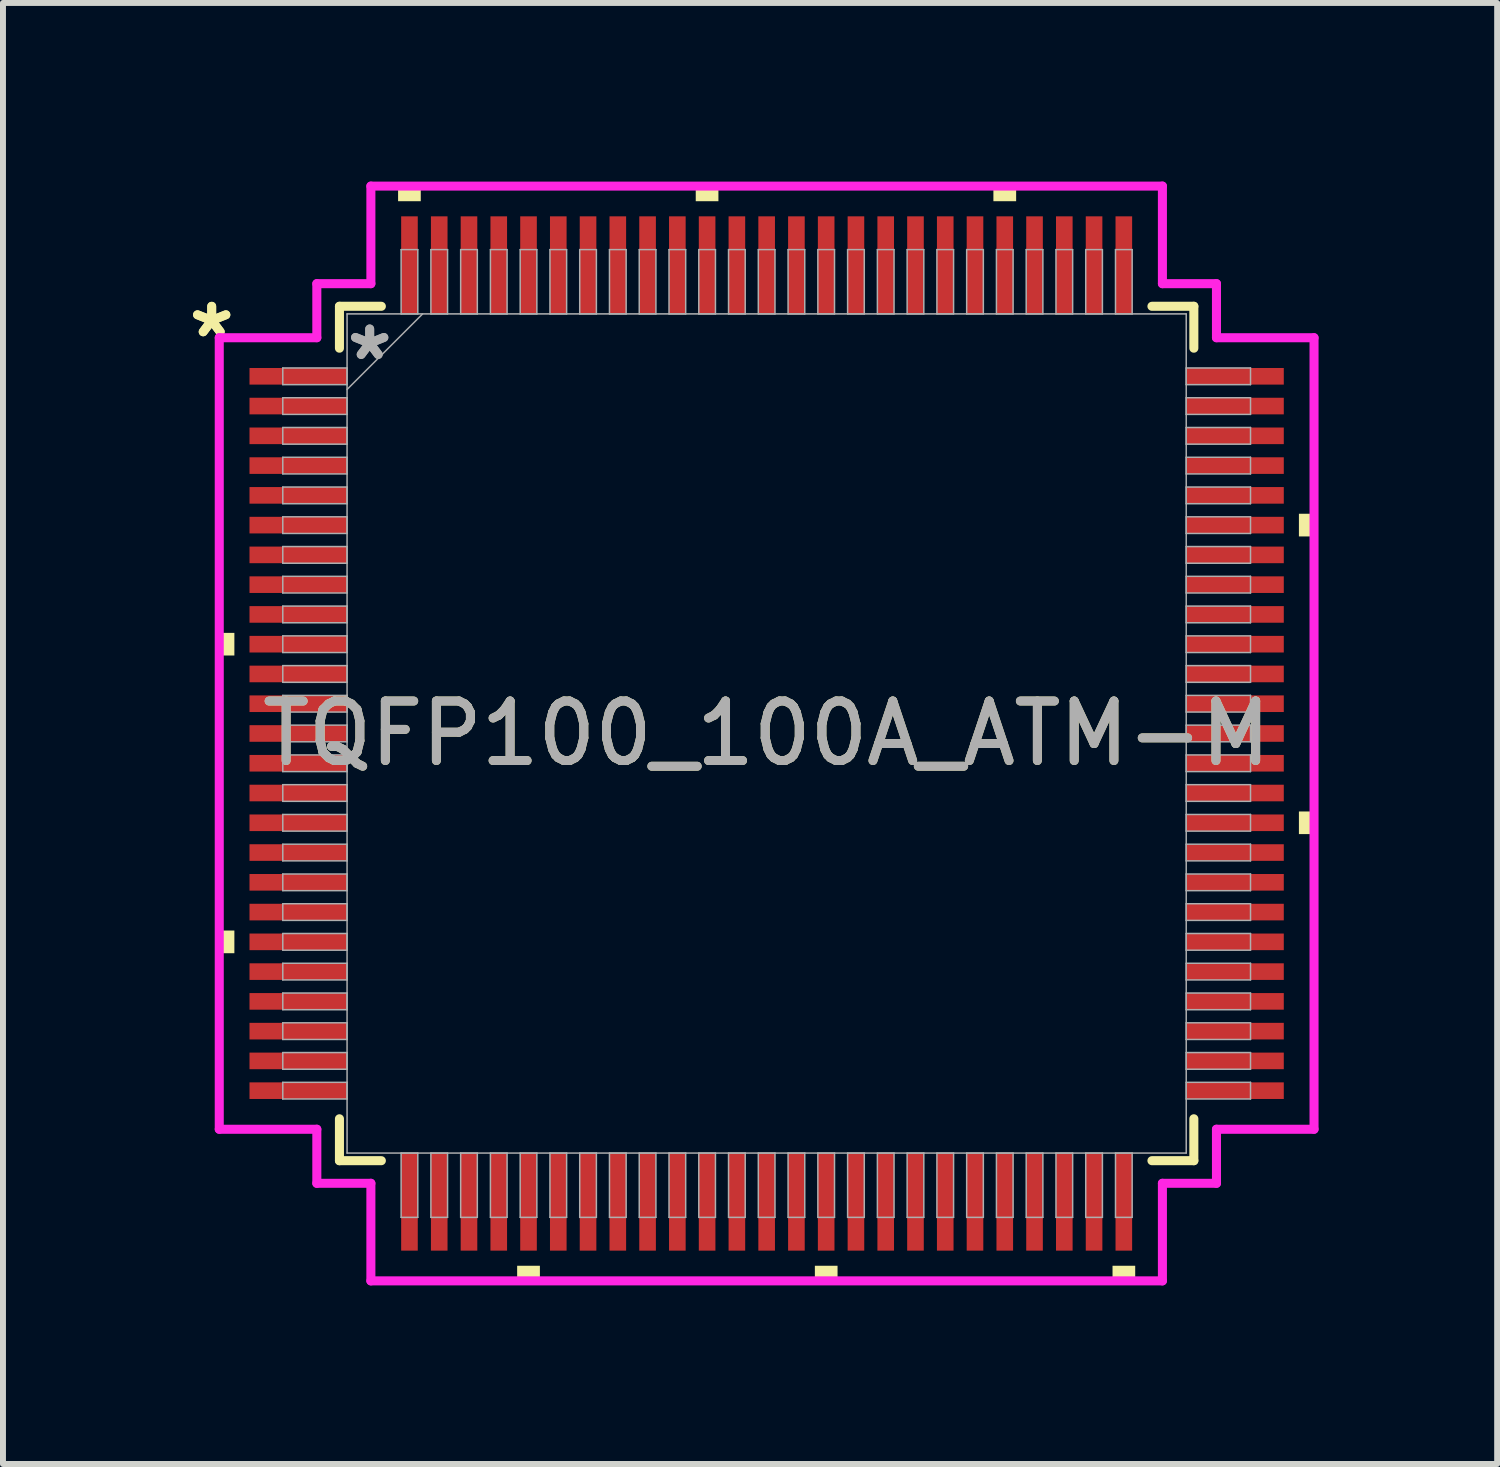
<source format=kicad_pcb>
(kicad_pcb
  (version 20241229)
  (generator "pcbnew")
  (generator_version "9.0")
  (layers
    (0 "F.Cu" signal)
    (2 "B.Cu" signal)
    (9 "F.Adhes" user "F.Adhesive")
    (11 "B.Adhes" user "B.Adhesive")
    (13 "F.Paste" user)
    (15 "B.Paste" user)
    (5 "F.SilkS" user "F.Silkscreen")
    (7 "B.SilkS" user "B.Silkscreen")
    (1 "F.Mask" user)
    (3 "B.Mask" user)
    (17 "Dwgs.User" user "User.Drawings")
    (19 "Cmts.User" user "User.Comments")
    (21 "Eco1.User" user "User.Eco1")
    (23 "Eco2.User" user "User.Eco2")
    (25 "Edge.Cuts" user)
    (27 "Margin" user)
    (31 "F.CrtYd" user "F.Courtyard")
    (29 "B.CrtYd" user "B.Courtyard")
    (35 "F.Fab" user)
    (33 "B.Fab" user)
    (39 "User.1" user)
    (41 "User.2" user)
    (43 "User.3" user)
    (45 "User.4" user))
  (footprint "TQFP100_100A_ATM-M"
    (layer "F.Cu")
    (at 9.828 9.271)
    (property "Reference" "TQFP100_100A_ATM-M" (at 0 0 0) (unlocked yes) (layer "F.SilkS") (effects (font (size 1 1) (thickness 0.15))))
    (attr smd)
    (fp_line (start -7.176 -7.176) (end -7.176 -6.472) (stroke (width 0.152) (type solid)) (layer "F.SilkS"))
    (fp_line (start -7.176 6.472) (end -7.176 7.176) (stroke (width 0.152) (type solid)) (layer "F.SilkS"))
    (fp_line (start -7.176 7.176) (end -6.472 7.176) (stroke (width 0.152) (type solid)) (layer "F.SilkS"))
    (fp_line (start -6.472 -7.176) (end -7.176 -7.176) (stroke (width 0.152) (type solid)) (layer "F.SilkS"))
    (fp_line (start 6.472 7.176) (end 7.176 7.176) (stroke (width 0.152) (type solid)) (layer "F.SilkS"))
    (fp_line (start 7.176 -7.176) (end 6.472 -7.176) (stroke (width 0.152) (type solid)) (layer "F.SilkS"))
    (fp_line (start 7.176 -6.472) (end 7.176 -7.176) (stroke (width 0.152) (type solid)) (layer "F.SilkS"))
    (fp_line (start 7.176 7.176) (end 7.176 6.472) (stroke (width 0.152) (type solid)) (layer "F.SilkS"))
    (fp_poly (pts (xy -9.195 -1.69) (xy -9.195 -1.31) (xy -8.941 -1.31) (xy -8.941 -1.69)) (stroke (width 0) (type solid)) (fill yes) (layer "F.SilkS"))
    (fp_poly (pts (xy -9.195 3.31) (xy -9.195 3.691) (xy -8.941 3.691) (xy -8.941 3.31)) (stroke (width 0) (type solid)) (fill yes) (layer "F.SilkS"))
    (fp_poly (pts (xy -6.191 -8.941) (xy -6.191 -9.195) (xy -5.81 -9.195) (xy -5.81 -8.941)) (stroke (width 0) (type solid)) (fill yes) (layer "F.SilkS"))
    (fp_poly (pts (xy -4.191 8.941) (xy -4.191 9.195) (xy -3.809 9.195) (xy -3.809 8.941)) (stroke (width 0) (type solid)) (fill yes) (layer "F.SilkS"))
    (fp_poly (pts (xy -1.191 -8.941) (xy -1.191 -9.195) (xy -0.81 -9.195) (xy -0.81 -8.941)) (stroke (width 0) (type solid)) (fill yes) (layer "F.SilkS"))
    (fp_poly (pts (xy 0.81 8.941) (xy 0.81 9.195) (xy 1.191 9.195) (xy 1.191 8.941)) (stroke (width 0) (type solid)) (fill yes) (layer "F.SilkS"))
    (fp_poly (pts (xy 3.809 -8.941) (xy 3.809 -9.195) (xy 4.191 -9.195) (xy 4.191 -8.941)) (stroke (width 0) (type solid)) (fill yes) (layer "F.SilkS"))
    (fp_poly (pts (xy 5.81 8.941) (xy 5.81 9.195) (xy 6.191 9.195) (xy 6.191 8.941)) (stroke (width 0) (type solid)) (fill yes) (layer "F.SilkS"))
    (fp_poly (pts (xy 9.195 -3.691) (xy 9.195 -3.31) (xy 8.941 -3.31) (xy 8.941 -3.691)) (stroke (width 0) (type solid)) (fill yes) (layer "F.SilkS"))
    (fp_poly (pts (xy 9.195 1.31) (xy 9.195 1.69) (xy 8.941 1.69) (xy 8.941 1.31)) (stroke (width 0) (type solid)) (fill yes) (layer "F.SilkS"))
    (fp_line (start -9.195 -6.648) (end -7.556 -6.648) (stroke (width 0.152) (type solid)) (layer "F.CrtYd"))
    (fp_line (start -9.195 6.648) (end -9.195 -6.648) (stroke (width 0.152) (type solid)) (layer "F.CrtYd"))
    (fp_line (start -7.556 -7.556) (end -6.648 -7.556) (stroke (width 0.152) (type solid)) (layer "F.CrtYd"))
    (fp_line (start -7.556 -6.648) (end -7.556 -7.556) (stroke (width 0.152) (type solid)) (layer "F.CrtYd"))
    (fp_line (start -7.556 6.648) (end -9.195 6.648) (stroke (width 0.152) (type solid)) (layer "F.CrtYd"))
    (fp_line (start -7.556 7.556) (end -7.556 6.648) (stroke (width 0.152) (type solid)) (layer "F.CrtYd"))
    (fp_line (start -7.556 7.556) (end -6.648 7.556) (stroke (width 0.152) (type solid)) (layer "F.CrtYd"))
    (fp_line (start -6.648 -9.195) (end 6.648 -9.195) (stroke (width 0.152) (type solid)) (layer "F.CrtYd"))
    (fp_line (start -6.648 -7.556) (end -6.648 -9.195) (stroke (width 0.152) (type solid)) (layer "F.CrtYd"))
    (fp_line (start -6.648 7.556) (end -6.648 9.195) (stroke (width 0.152) (type solid)) (layer "F.CrtYd"))
    (fp_line (start -6.648 9.195) (end 6.648 9.195) (stroke (width 0.152) (type solid)) (layer "F.CrtYd"))
    (fp_line (start 6.648 -9.195) (end 6.648 -7.556) (stroke (width 0.152) (type solid)) (layer "F.CrtYd"))
    (fp_line (start 6.648 -7.556) (end 7.556 -7.556) (stroke (width 0.152) (type solid)) (layer "F.CrtYd"))
    (fp_line (start 6.648 7.556) (end 7.556 7.556) (stroke (width 0.152) (type solid)) (layer "F.CrtYd"))
    (fp_line (start 6.648 9.195) (end 6.648 7.556) (stroke (width 0.152) (type solid)) (layer "F.CrtYd"))
    (fp_line (start 7.556 -6.648) (end 7.556 -7.556) (stroke (width 0.152) (type solid)) (layer "F.CrtYd"))
    (fp_line (start 7.556 6.648) (end 9.195 6.648) (stroke (width 0.152) (type solid)) (layer "F.CrtYd"))
    (fp_line (start 7.556 7.556) (end 7.556 6.648) (stroke (width 0.152) (type solid)) (layer "F.CrtYd"))
    (fp_line (start 9.195 -6.648) (end 7.556 -6.648) (stroke (width 0.152) (type solid)) (layer "F.CrtYd"))
    (fp_line (start 9.195 6.648) (end 9.195 -6.648) (stroke (width 0.152) (type solid)) (layer "F.CrtYd"))
    (fp_line (start -8.128 -6.14) (end -8.128 -5.86) (stroke (width 0.025) (type solid)) (layer "F.Fab"))
    (fp_line (start -8.128 -5.86) (end -7.048 -5.86) (stroke (width 0.025) (type solid)) (layer "F.Fab"))
    (fp_line (start -8.128 -5.64) (end -8.128 -5.36) (stroke (width 0.025) (type solid)) (layer "F.Fab"))
    (fp_line (start -8.128 -5.36) (end -7.048 -5.36) (stroke (width 0.025) (type solid)) (layer "F.Fab"))
    (fp_line (start -8.128 -5.14) (end -8.128 -4.86) (stroke (width 0.025) (type solid)) (layer "F.Fab"))
    (fp_line (start -8.128 -4.86) (end -7.048 -4.86) (stroke (width 0.025) (type solid)) (layer "F.Fab"))
    (fp_line (start -8.128 -4.64) (end -8.128 -4.36) (stroke (width 0.025) (type solid)) (layer "F.Fab"))
    (fp_line (start -8.128 -4.36) (end -7.048 -4.36) (stroke (width 0.025) (type solid)) (layer "F.Fab"))
    (fp_line (start -8.128 -4.14) (end -8.128 -3.86) (stroke (width 0.025) (type solid)) (layer "F.Fab"))
    (fp_line (start -8.128 -3.86) (end -7.048 -3.86) (stroke (width 0.025) (type solid)) (layer "F.Fab"))
    (fp_line (start -8.128 -3.64) (end -8.128 -3.36) (stroke (width 0.025) (type solid)) (layer "F.Fab"))
    (fp_line (start -8.128 -3.36) (end -7.048 -3.36) (stroke (width 0.025) (type solid)) (layer "F.Fab"))
    (fp_line (start -8.128 -3.14) (end -8.128 -2.86) (stroke (width 0.025) (type solid)) (layer "F.Fab"))
    (fp_line (start -8.128 -2.86) (end -7.048 -2.86) (stroke (width 0.025) (type solid)) (layer "F.Fab"))
    (fp_line (start -8.128 -2.64) (end -8.128 -2.36) (stroke (width 0.025) (type solid)) (layer "F.Fab"))
    (fp_line (start -8.128 -2.36) (end -7.048 -2.36) (stroke (width 0.025) (type solid)) (layer "F.Fab"))
    (fp_line (start -8.128 -2.14) (end -8.128 -1.86) (stroke (width 0.025) (type solid)) (layer "F.Fab"))
    (fp_line (start -8.128 -1.86) (end -7.048 -1.86) (stroke (width 0.025) (type solid)) (layer "F.Fab"))
    (fp_line (start -8.128 -1.64) (end -8.128 -1.36) (stroke (width 0.025) (type solid)) (layer "F.Fab"))
    (fp_line (start -8.128 -1.36) (end -7.048 -1.36) (stroke (width 0.025) (type solid)) (layer "F.Fab"))
    (fp_line (start -8.128 -1.14) (end -8.128 -0.86) (stroke (width 0.025) (type solid)) (layer "F.Fab"))
    (fp_line (start -8.128 -0.86) (end -7.048 -0.86) (stroke (width 0.025) (type solid)) (layer "F.Fab"))
    (fp_line (start -8.128 -0.64) (end -8.128 -0.36) (stroke (width 0.025) (type solid)) (layer "F.Fab"))
    (fp_line (start -8.128 -0.36) (end -7.048 -0.36) (stroke (width 0.025) (type solid)) (layer "F.Fab"))
    (fp_line (start -8.128 -0.14) (end -8.128 0.14) (stroke (width 0.025) (type solid)) (layer "F.Fab"))
    (fp_line (start -8.128 0.14) (end -7.048 0.14) (stroke (width 0.025) (type solid)) (layer "F.Fab"))
    (fp_line (start -8.128 0.36) (end -8.128 0.64) (stroke (width 0.025) (type solid)) (layer "F.Fab"))
    (fp_line (start -8.128 0.64) (end -7.048 0.64) (stroke (width 0.025) (type solid)) (layer "F.Fab"))
    (fp_line (start -8.128 0.86) (end -8.128 1.14) (stroke (width 0.025) (type solid)) (layer "F.Fab"))
    (fp_line (start -8.128 1.14) (end -7.048 1.14) (stroke (width 0.025) (type solid)) (layer "F.Fab"))
    (fp_line (start -8.128 1.36) (end -8.128 1.64) (stroke (width 0.025) (type solid)) (layer "F.Fab"))
    (fp_line (start -8.128 1.64) (end -7.048 1.64) (stroke (width 0.025) (type solid)) (layer "F.Fab"))
    (fp_line (start -8.128 1.86) (end -8.128 2.14) (stroke (width 0.025) (type solid)) (layer "F.Fab"))
    (fp_line (start -8.128 2.14) (end -7.048 2.14) (stroke (width 0.025) (type solid)) (layer "F.Fab"))
    (fp_line (start -8.128 2.36) (end -8.128 2.64) (stroke (width 0.025) (type solid)) (layer "F.Fab"))
    (fp_line (start -8.128 2.64) (end -7.048 2.64) (stroke (width 0.025) (type solid)) (layer "F.Fab"))
    (fp_line (start -8.128 2.86) (end -8.128 3.14) (stroke (width 0.025) (type solid)) (layer "F.Fab"))
    (fp_line (start -8.128 3.14) (end -7.048 3.14) (stroke (width 0.025) (type solid)) (layer "F.Fab"))
    (fp_line (start -8.128 3.36) (end -8.128 3.64) (stroke (width 0.025) (type solid)) (layer "F.Fab"))
    (fp_line (start -8.128 3.64) (end -7.048 3.64) (stroke (width 0.025) (type solid)) (layer "F.Fab"))
    (fp_line (start -8.128 3.86) (end -8.128 4.14) (stroke (width 0.025) (type solid)) (layer "F.Fab"))
    (fp_line (start -8.128 4.14) (end -7.048 4.14) (stroke (width 0.025) (type solid)) (layer "F.Fab"))
    (fp_line (start -8.128 4.36) (end -8.128 4.64) (stroke (width 0.025) (type solid)) (layer "F.Fab"))
    (fp_line (start -8.128 4.64) (end -7.048 4.64) (stroke (width 0.025) (type solid)) (layer "F.Fab"))
    (fp_line (start -8.128 4.86) (end -8.128 5.14) (stroke (width 0.025) (type solid)) (layer "F.Fab"))
    (fp_line (start -8.128 5.14) (end -7.048 5.14) (stroke (width 0.025) (type solid)) (layer "F.Fab"))
    (fp_line (start -8.128 5.36) (end -8.128 5.64) (stroke (width 0.025) (type solid)) (layer "F.Fab"))
    (fp_line (start -8.128 5.64) (end -7.048 5.64) (stroke (width 0.025) (type solid)) (layer "F.Fab"))
    (fp_line (start -8.128 5.86) (end -8.128 6.14) (stroke (width 0.025) (type solid)) (layer "F.Fab"))
    (fp_line (start -8.128 6.14) (end -7.048 6.14) (stroke (width 0.025) (type solid)) (layer "F.Fab"))
    (fp_line (start -7.048 -7.048) (end -7.048 7.048) (stroke (width 0.025) (type solid)) (layer "F.Fab"))
    (fp_line (start -7.048 -6.14) (end -8.128 -6.14) (stroke (width 0.025) (type solid)) (layer "F.Fab"))
    (fp_line (start -7.048 -5.86) (end -7.048 -6.14) (stroke (width 0.025) (type solid)) (layer "F.Fab"))
    (fp_line (start -7.048 -5.779) (end -5.779 -7.048) (stroke (width 0.025) (type solid)) (layer "F.Fab"))
    (fp_line (start -7.048 -5.64) (end -8.128 -5.64) (stroke (width 0.025) (type solid)) (layer "F.Fab"))
    (fp_line (start -7.048 -5.36) (end -7.048 -5.64) (stroke (width 0.025) (type solid)) (layer "F.Fab"))
    (fp_line (start -7.048 -5.14) (end -8.128 -5.14) (stroke (width 0.025) (type solid)) (layer "F.Fab"))
    (fp_line (start -7.048 -4.86) (end -7.048 -5.14) (stroke (width 0.025) (type solid)) (layer "F.Fab"))
    (fp_line (start -7.048 -4.64) (end -8.128 -4.64) (stroke (width 0.025) (type solid)) (layer "F.Fab"))
    (fp_line (start -7.048 -4.36) (end -7.048 -4.64) (stroke (width 0.025) (type solid)) (layer "F.Fab"))
    (fp_line (start -7.048 -4.14) (end -8.128 -4.14) (stroke (width 0.025) (type solid)) (layer "F.Fab"))
    (fp_line (start -7.048 -3.86) (end -7.048 -4.14) (stroke (width 0.025) (type solid)) (layer "F.Fab"))
    (fp_line (start -7.048 -3.64) (end -8.128 -3.64) (stroke (width 0.025) (type solid)) (layer "F.Fab"))
    (fp_line (start -7.048 -3.36) (end -7.048 -3.64) (stroke (width 0.025) (type solid)) (layer "F.Fab"))
    (fp_line (start -7.048 -3.14) (end -8.128 -3.14) (stroke (width 0.025) (type solid)) (layer "F.Fab"))
    (fp_line (start -7.048 -2.86) (end -7.048 -3.14) (stroke (width 0.025) (type solid)) (layer "F.Fab"))
    (fp_line (start -7.048 -2.64) (end -8.128 -2.64) (stroke (width 0.025) (type solid)) (layer "F.Fab"))
    (fp_line (start -7.048 -2.36) (end -7.048 -2.64) (stroke (width 0.025) (type solid)) (layer "F.Fab"))
    (fp_line (start -7.048 -2.14) (end -8.128 -2.14) (stroke (width 0.025) (type solid)) (layer "F.Fab"))
    (fp_line (start -7.048 -1.86) (end -7.048 -2.14) (stroke (width 0.025) (type solid)) (layer "F.Fab"))
    (fp_line (start -7.048 -1.64) (end -8.128 -1.64) (stroke (width 0.025) (type solid)) (layer "F.Fab"))
    (fp_line (start -7.048 -1.36) (end -7.048 -1.64) (stroke (width 0.025) (type solid)) (layer "F.Fab"))
    (fp_line (start -7.048 -1.14) (end -8.128 -1.14) (stroke (width 0.025) (type solid)) (layer "F.Fab"))
    (fp_line (start -7.048 -0.86) (end -7.048 -1.14) (stroke (width 0.025) (type solid)) (layer "F.Fab"))
    (fp_line (start -7.048 -0.64) (end -8.128 -0.64) (stroke (width 0.025) (type solid)) (layer "F.Fab"))
    (fp_line (start -7.048 -0.36) (end -7.048 -0.64) (stroke (width 0.025) (type solid)) (layer "F.Fab"))
    (fp_line (start -7.048 -0.14) (end -8.128 -0.14) (stroke (width 0.025) (type solid)) (layer "F.Fab"))
    (fp_line (start -7.048 0.14) (end -7.048 -0.14) (stroke (width 0.025) (type solid)) (layer "F.Fab"))
    (fp_line (start -7.048 0.36) (end -8.128 0.36) (stroke (width 0.025) (type solid)) (layer "F.Fab"))
    (fp_line (start -7.048 0.64) (end -7.048 0.36) (stroke (width 0.025) (type solid)) (layer "F.Fab"))
    (fp_line (start -7.048 0.86) (end -8.128 0.86) (stroke (width 0.025) (type solid)) (layer "F.Fab"))
    (fp_line (start -7.048 1.14) (end -7.048 0.86) (stroke (width 0.025) (type solid)) (layer "F.Fab"))
    (fp_line (start -7.048 1.36) (end -8.128 1.36) (stroke (width 0.025) (type solid)) (layer "F.Fab"))
    (fp_line (start -7.048 1.64) (end -7.048 1.36) (stroke (width 0.025) (type solid)) (layer "F.Fab"))
    (fp_line (start -7.048 1.86) (end -8.128 1.86) (stroke (width 0.025) (type solid)) (layer "F.Fab"))
    (fp_line (start -7.048 2.14) (end -7.048 1.86) (stroke (width 0.025) (type solid)) (layer "F.Fab"))
    (fp_line (start -7.048 2.36) (end -8.128 2.36) (stroke (width 0.025) (type solid)) (layer "F.Fab"))
    (fp_line (start -7.048 2.64) (end -7.048 2.36) (stroke (width 0.025) (type solid)) (layer "F.Fab"))
    (fp_line (start -7.048 2.86) (end -8.128 2.86) (stroke (width 0.025) (type solid)) (layer "F.Fab"))
    (fp_line (start -7.048 3.14) (end -7.048 2.86) (stroke (width 0.025) (type solid)) (layer "F.Fab"))
    (fp_line (start -7.048 3.36) (end -8.128 3.36) (stroke (width 0.025) (type solid)) (layer "F.Fab"))
    (fp_line (start -7.048 3.64) (end -7.048 3.36) (stroke (width 0.025) (type solid)) (layer "F.Fab"))
    (fp_line (start -7.048 3.86) (end -8.128 3.86) (stroke (width 0.025) (type solid)) (layer "F.Fab"))
    (fp_line (start -7.048 4.14) (end -7.048 3.86) (stroke (width 0.025) (type solid)) (layer "F.Fab"))
    (fp_line (start -7.048 4.36) (end -8.128 4.36) (stroke (width 0.025) (type solid)) (layer "F.Fab"))
    (fp_line (start -7.048 4.64) (end -7.048 4.36) (stroke (width 0.025) (type solid)) (layer "F.Fab"))
    (fp_line (start -7.048 4.86) (end -8.128 4.86) (stroke (width 0.025) (type solid)) (layer "F.Fab"))
    (fp_line (start -7.048 5.14) (end -7.048 4.86) (stroke (width 0.025) (type solid)) (layer "F.Fab"))
    (fp_line (start -7.048 5.36) (end -8.128 5.36) (stroke (width 0.025) (type solid)) (layer "F.Fab"))
    (fp_line (start -7.048 5.64) (end -7.048 5.36) (stroke (width 0.025) (type solid)) (layer "F.Fab"))
    (fp_line (start -7.048 5.86) (end -8.128 5.86) (stroke (width 0.025) (type solid)) (layer "F.Fab"))
    (fp_line (start -7.048 6.14) (end -7.048 5.86) (stroke (width 0.025) (type solid)) (layer "F.Fab"))
    (fp_line (start -7.048 7.048) (end 7.048 7.048) (stroke (width 0.025) (type solid)) (layer "F.Fab"))
    (fp_line (start -6.14 -8.128) (end -6.14 -7.048) (stroke (width 0.025) (type solid)) (layer "F.Fab"))
    (fp_line (start -6.14 -7.048) (end -5.86 -7.048) (stroke (width 0.025) (type solid)) (layer "F.Fab"))
    (fp_line (start -6.14 7.048) (end -6.14 8.128) (stroke (width 0.025) (type solid)) (layer "F.Fab"))
    (fp_line (start -6.14 8.128) (end -5.86 8.128) (stroke (width 0.025) (type solid)) (layer "F.Fab"))
    (fp_line (start -5.86 -8.128) (end -6.14 -8.128) (stroke (width 0.025) (type solid)) (layer "F.Fab"))
    (fp_line (start -5.86 -7.048) (end -5.86 -8.128) (stroke (width 0.025) (type solid)) (layer "F.Fab"))
    (fp_line (start -5.86 7.048) (end -6.14 7.048) (stroke (width 0.025) (type solid)) (layer "F.Fab"))
    (fp_line (start -5.86 8.128) (end -5.86 7.048) (stroke (width 0.025) (type solid)) (layer "F.Fab"))
    (fp_line (start -5.64 -8.128) (end -5.64 -7.048) (stroke (width 0.025) (type solid)) (layer "F.Fab"))
    (fp_line (start -5.64 -7.048) (end -5.36 -7.048) (stroke (width 0.025) (type solid)) (layer "F.Fab"))
    (fp_line (start -5.64 7.048) (end -5.64 8.128) (stroke (width 0.025) (type solid)) (layer "F.Fab"))
    (fp_line (start -5.64 8.128) (end -5.36 8.128) (stroke (width 0.025) (type solid)) (layer "F.Fab"))
    (fp_line (start -5.36 -8.128) (end -5.64 -8.128) (stroke (width 0.025) (type solid)) (layer "F.Fab"))
    (fp_line (start -5.36 -7.048) (end -5.36 -8.128) (stroke (width 0.025) (type solid)) (layer "F.Fab"))
    (fp_line (start -5.36 7.048) (end -5.64 7.048) (stroke (width 0.025) (type solid)) (layer "F.Fab"))
    (fp_line (start -5.36 8.128) (end -5.36 7.048) (stroke (width 0.025) (type solid)) (layer "F.Fab"))
    (fp_line (start -5.14 -8.128) (end -5.14 -7.048) (stroke (width 0.025) (type solid)) (layer "F.Fab"))
    (fp_line (start -5.14 -7.048) (end -4.86 -7.048) (stroke (width 0.025) (type solid)) (layer "F.Fab"))
    (fp_line (start -5.14 7.048) (end -5.14 8.128) (stroke (width 0.025) (type solid)) (layer "F.Fab"))
    (fp_line (start -5.14 8.128) (end -4.86 8.128) (stroke (width 0.025) (type solid)) (layer "F.Fab"))
    (fp_line (start -4.86 -8.128) (end -5.14 -8.128) (stroke (width 0.025) (type solid)) (layer "F.Fab"))
    (fp_line (start -4.86 -7.048) (end -4.86 -8.128) (stroke (width 0.025) (type solid)) (layer "F.Fab"))
    (fp_line (start -4.86 7.048) (end -5.14 7.048) (stroke (width 0.025) (type solid)) (layer "F.Fab"))
    (fp_line (start -4.86 8.128) (end -4.86 7.048) (stroke (width 0.025) (type solid)) (layer "F.Fab"))
    (fp_line (start -4.64 -8.128) (end -4.64 -7.048) (stroke (width 0.025) (type solid)) (layer "F.Fab"))
    (fp_line (start -4.64 -7.048) (end -4.36 -7.048) (stroke (width 0.025) (type solid)) (layer "F.Fab"))
    (fp_line (start -4.64 7.048) (end -4.64 8.128) (stroke (width 0.025) (type solid)) (layer "F.Fab"))
    (fp_line (start -4.64 8.128) (end -4.36 8.128) (stroke (width 0.025) (type solid)) (layer "F.Fab"))
    (fp_line (start -4.36 -8.128) (end -4.64 -8.128) (stroke (width 0.025) (type solid)) (layer "F.Fab"))
    (fp_line (start -4.36 -7.048) (end -4.36 -8.128) (stroke (width 0.025) (type solid)) (layer "F.Fab"))
    (fp_line (start -4.36 7.048) (end -4.64 7.048) (stroke (width 0.025) (type solid)) (layer "F.Fab"))
    (fp_line (start -4.36 8.128) (end -4.36 7.048) (stroke (width 0.025) (type solid)) (layer "F.Fab"))
    (fp_line (start -4.14 -8.128) (end -4.14 -7.048) (stroke (width 0.025) (type solid)) (layer "F.Fab"))
    (fp_line (start -4.14 -7.048) (end -3.86 -7.048) (stroke (width 0.025) (type solid)) (layer "F.Fab"))
    (fp_line (start -4.14 7.048) (end -4.14 8.128) (stroke (width 0.025) (type solid)) (layer "F.Fab"))
    (fp_line (start -4.14 8.128) (end -3.86 8.128) (stroke (width 0.025) (type solid)) (layer "F.Fab"))
    (fp_line (start -3.86 -8.128) (end -4.14 -8.128) (stroke (width 0.025) (type solid)) (layer "F.Fab"))
    (fp_line (start -3.86 -7.048) (end -3.86 -8.128) (stroke (width 0.025) (type solid)) (layer "F.Fab"))
    (fp_line (start -3.86 7.048) (end -4.14 7.048) (stroke (width 0.025) (type solid)) (layer "F.Fab"))
    (fp_line (start -3.86 8.128) (end -3.86 7.048) (stroke (width 0.025) (type solid)) (layer "F.Fab"))
    (fp_line (start -3.64 -8.128) (end -3.64 -7.048) (stroke (width 0.025) (type solid)) (layer "F.Fab"))
    (fp_line (start -3.64 -7.048) (end -3.36 -7.048) (stroke (width 0.025) (type solid)) (layer "F.Fab"))
    (fp_line (start -3.64 7.048) (end -3.64 8.128) (stroke (width 0.025) (type solid)) (layer "F.Fab"))
    (fp_line (start -3.64 8.128) (end -3.36 8.128) (stroke (width 0.025) (type solid)) (layer "F.Fab"))
    (fp_line (start -3.36 -8.128) (end -3.64 -8.128) (stroke (width 0.025) (type solid)) (layer "F.Fab"))
    (fp_line (start -3.36 -7.048) (end -3.36 -8.128) (stroke (width 0.025) (type solid)) (layer "F.Fab"))
    (fp_line (start -3.36 7.048) (end -3.64 7.048) (stroke (width 0.025) (type solid)) (layer "F.Fab"))
    (fp_line (start -3.36 8.128) (end -3.36 7.048) (stroke (width 0.025) (type solid)) (layer "F.Fab"))
    (fp_line (start -3.14 -8.128) (end -3.14 -7.048) (stroke (width 0.025) (type solid)) (layer "F.Fab"))
    (fp_line (start -3.14 -7.048) (end -2.86 -7.048) (stroke (width 0.025) (type solid)) (layer "F.Fab"))
    (fp_line (start -3.14 7.048) (end -3.14 8.128) (stroke (width 0.025) (type solid)) (layer "F.Fab"))
    (fp_line (start -3.14 8.128) (end -2.86 8.128) (stroke (width 0.025) (type solid)) (layer "F.Fab"))
    (fp_line (start -2.86 -8.128) (end -3.14 -8.128) (stroke (width 0.025) (type solid)) (layer "F.Fab"))
    (fp_line (start -2.86 -7.048) (end -2.86 -8.128) (stroke (width 0.025) (type solid)) (layer "F.Fab"))
    (fp_line (start -2.86 7.048) (end -3.14 7.048) (stroke (width 0.025) (type solid)) (layer "F.Fab"))
    (fp_line (start -2.86 8.128) (end -2.86 7.048) (stroke (width 0.025) (type solid)) (layer "F.Fab"))
    (fp_line (start -2.64 -8.128) (end -2.64 -7.048) (stroke (width 0.025) (type solid)) (layer "F.Fab"))
    (fp_line (start -2.64 -7.048) (end -2.36 -7.048) (stroke (width 0.025) (type solid)) (layer "F.Fab"))
    (fp_line (start -2.64 7.048) (end -2.64 8.128) (stroke (width 0.025) (type solid)) (layer "F.Fab"))
    (fp_line (start -2.64 8.128) (end -2.36 8.128) (stroke (width 0.025) (type solid)) (layer "F.Fab"))
    (fp_line (start -2.36 -8.128) (end -2.64 -8.128) (stroke (width 0.025) (type solid)) (layer "F.Fab"))
    (fp_line (start -2.36 -7.048) (end -2.36 -8.128) (stroke (width 0.025) (type solid)) (layer "F.Fab"))
    (fp_line (start -2.36 7.048) (end -2.64 7.048) (stroke (width 0.025) (type solid)) (layer "F.Fab"))
    (fp_line (start -2.36 8.128) (end -2.36 7.048) (stroke (width 0.025) (type solid)) (layer "F.Fab"))
    (fp_line (start -2.14 -8.128) (end -2.14 -7.048) (stroke (width 0.025) (type solid)) (layer "F.Fab"))
    (fp_line (start -2.14 -7.048) (end -1.86 -7.048) (stroke (width 0.025) (type solid)) (layer "F.Fab"))
    (fp_line (start -2.14 7.048) (end -2.14 8.128) (stroke (width 0.025) (type solid)) (layer "F.Fab"))
    (fp_line (start -2.14 8.128) (end -1.86 8.128) (stroke (width 0.025) (type solid)) (layer "F.Fab"))
    (fp_line (start -1.86 -8.128) (end -2.14 -8.128) (stroke (width 0.025) (type solid)) (layer "F.Fab"))
    (fp_line (start -1.86 -7.048) (end -1.86 -8.128) (stroke (width 0.025) (type solid)) (layer "F.Fab"))
    (fp_line (start -1.86 7.048) (end -2.14 7.048) (stroke (width 0.025) (type solid)) (layer "F.Fab"))
    (fp_line (start -1.86 8.128) (end -1.86 7.048) (stroke (width 0.025) (type solid)) (layer "F.Fab"))
    (fp_line (start -1.64 -8.128) (end -1.64 -7.048) (stroke (width 0.025) (type solid)) (layer "F.Fab"))
    (fp_line (start -1.64 -7.048) (end -1.36 -7.048) (stroke (width 0.025) (type solid)) (layer "F.Fab"))
    (fp_line (start -1.64 7.048) (end -1.64 8.128) (stroke (width 0.025) (type solid)) (layer "F.Fab"))
    (fp_line (start -1.64 8.128) (end -1.36 8.128) (stroke (width 0.025) (type solid)) (layer "F.Fab"))
    (fp_line (start -1.36 -8.128) (end -1.64 -8.128) (stroke (width 0.025) (type solid)) (layer "F.Fab"))
    (fp_line (start -1.36 -7.048) (end -1.36 -8.128) (stroke (width 0.025) (type solid)) (layer "F.Fab"))
    (fp_line (start -1.36 7.048) (end -1.64 7.048) (stroke (width 0.025) (type solid)) (layer "F.Fab"))
    (fp_line (start -1.36 8.128) (end -1.36 7.048) (stroke (width 0.025) (type solid)) (layer "F.Fab"))
    (fp_line (start -1.14 -8.128) (end -1.14 -7.048) (stroke (width 0.025) (type solid)) (layer "F.Fab"))
    (fp_line (start -1.14 -7.048) (end -0.86 -7.048) (stroke (width 0.025) (type solid)) (layer "F.Fab"))
    (fp_line (start -1.14 7.048) (end -1.14 8.128) (stroke (width 0.025) (type solid)) (layer "F.Fab"))
    (fp_line (start -1.14 8.128) (end -0.86 8.128) (stroke (width 0.025) (type solid)) (layer "F.Fab"))
    (fp_line (start -0.86 -8.128) (end -1.14 -8.128) (stroke (width 0.025) (type solid)) (layer "F.Fab"))
    (fp_line (start -0.86 -7.048) (end -0.86 -8.128) (stroke (width 0.025) (type solid)) (layer "F.Fab"))
    (fp_line (start -0.86 7.048) (end -1.14 7.048) (stroke (width 0.025) (type solid)) (layer "F.Fab"))
    (fp_line (start -0.86 8.128) (end -0.86 7.048) (stroke (width 0.025) (type solid)) (layer "F.Fab"))
    (fp_line (start -0.64 -8.128) (end -0.64 -7.048) (stroke (width 0.025) (type solid)) (layer "F.Fab"))
    (fp_line (start -0.64 -7.048) (end -0.36 -7.048) (stroke (width 0.025) (type solid)) (layer "F.Fab"))
    (fp_line (start -0.64 7.048) (end -0.64 8.128) (stroke (width 0.025) (type solid)) (layer "F.Fab"))
    (fp_line (start -0.64 8.128) (end -0.36 8.128) (stroke (width 0.025) (type solid)) (layer "F.Fab"))
    (fp_line (start -0.36 -8.128) (end -0.64 -8.128) (stroke (width 0.025) (type solid)) (layer "F.Fab"))
    (fp_line (start -0.36 -7.048) (end -0.36 -8.128) (stroke (width 0.025) (type solid)) (layer "F.Fab"))
    (fp_line (start -0.36 7.048) (end -0.64 7.048) (stroke (width 0.025) (type solid)) (layer "F.Fab"))
    (fp_line (start -0.36 8.128) (end -0.36 7.048) (stroke (width 0.025) (type solid)) (layer "F.Fab"))
    (fp_line (start -0.14 -8.128) (end -0.14 -7.048) (stroke (width 0.025) (type solid)) (layer "F.Fab"))
    (fp_line (start -0.14 -7.048) (end 0.14 -7.048) (stroke (width 0.025) (type solid)) (layer "F.Fab"))
    (fp_line (start -0.14 7.048) (end -0.14 8.128) (stroke (width 0.025) (type solid)) (layer "F.Fab"))
    (fp_line (start -0.14 8.128) (end 0.14 8.128) (stroke (width 0.025) (type solid)) (layer "F.Fab"))
    (fp_line (start 0.14 -8.128) (end -0.14 -8.128) (stroke (width 0.025) (type solid)) (layer "F.Fab"))
    (fp_line (start 0.14 -7.048) (end 0.14 -8.128) (stroke (width 0.025) (type solid)) (layer "F.Fab"))
    (fp_line (start 0.14 7.048) (end -0.14 7.048) (stroke (width 0.025) (type solid)) (layer "F.Fab"))
    (fp_line (start 0.14 8.128) (end 0.14 7.048) (stroke (width 0.025) (type solid)) (layer "F.Fab"))
    (fp_line (start 0.36 -8.128) (end 0.36 -7.048) (stroke (width 0.025) (type solid)) (layer "F.Fab"))
    (fp_line (start 0.36 -7.048) (end 0.64 -7.048) (stroke (width 0.025) (type solid)) (layer "F.Fab"))
    (fp_line (start 0.36 7.048) (end 0.36 8.128) (stroke (width 0.025) (type solid)) (layer "F.Fab"))
    (fp_line (start 0.36 8.128) (end 0.64 8.128) (stroke (width 0.025) (type solid)) (layer "F.Fab"))
    (fp_line (start 0.64 -8.128) (end 0.36 -8.128) (stroke (width 0.025) (type solid)) (layer "F.Fab"))
    (fp_line (start 0.64 -7.048) (end 0.64 -8.128) (stroke (width 0.025) (type solid)) (layer "F.Fab"))
    (fp_line (start 0.64 7.048) (end 0.36 7.048) (stroke (width 0.025) (type solid)) (layer "F.Fab"))
    (fp_line (start 0.64 8.128) (end 0.64 7.048) (stroke (width 0.025) (type solid)) (layer "F.Fab"))
    (fp_line (start 0.86 -8.128) (end 0.86 -7.048) (stroke (width 0.025) (type solid)) (layer "F.Fab"))
    (fp_line (start 0.86 -7.048) (end 1.14 -7.048) (stroke (width 0.025) (type solid)) (layer "F.Fab"))
    (fp_line (start 0.86 7.048) (end 0.86 8.128) (stroke (width 0.025) (type solid)) (layer "F.Fab"))
    (fp_line (start 0.86 8.128) (end 1.14 8.128) (stroke (width 0.025) (type solid)) (layer "F.Fab"))
    (fp_line (start 1.14 -8.128) (end 0.86 -8.128) (stroke (width 0.025) (type solid)) (layer "F.Fab"))
    (fp_line (start 1.14 -7.048) (end 1.14 -8.128) (stroke (width 0.025) (type solid)) (layer "F.Fab"))
    (fp_line (start 1.14 7.048) (end 0.86 7.048) (stroke (width 0.025) (type solid)) (layer "F.Fab"))
    (fp_line (start 1.14 8.128) (end 1.14 7.048) (stroke (width 0.025) (type solid)) (layer "F.Fab"))
    (fp_line (start 1.36 -8.128) (end 1.36 -7.048) (stroke (width 0.025) (type solid)) (layer "F.Fab"))
    (fp_line (start 1.36 -7.048) (end 1.64 -7.048) (stroke (width 0.025) (type solid)) (layer "F.Fab"))
    (fp_line (start 1.36 7.048) (end 1.36 8.128) (stroke (width 0.025) (type solid)) (layer "F.Fab"))
    (fp_line (start 1.36 8.128) (end 1.64 8.128) (stroke (width 0.025) (type solid)) (layer "F.Fab"))
    (fp_line (start 1.64 -8.128) (end 1.36 -8.128) (stroke (width 0.025) (type solid)) (layer "F.Fab"))
    (fp_line (start 1.64 -7.048) (end 1.64 -8.128) (stroke (width 0.025) (type solid)) (layer "F.Fab"))
    (fp_line (start 1.64 7.048) (end 1.36 7.048) (stroke (width 0.025) (type solid)) (layer "F.Fab"))
    (fp_line (start 1.64 8.128) (end 1.64 7.048) (stroke (width 0.025) (type solid)) (layer "F.Fab"))
    (fp_line (start 1.86 -8.128) (end 1.86 -7.048) (stroke (width 0.025) (type solid)) (layer "F.Fab"))
    (fp_line (start 1.86 -7.048) (end 2.14 -7.048) (stroke (width 0.025) (type solid)) (layer "F.Fab"))
    (fp_line (start 1.86 7.048) (end 1.86 8.128) (stroke (width 0.025) (type solid)) (layer "F.Fab"))
    (fp_line (start 1.86 8.128) (end 2.14 8.128) (stroke (width 0.025) (type solid)) (layer "F.Fab"))
    (fp_line (start 2.14 -8.128) (end 1.86 -8.128) (stroke (width 0.025) (type solid)) (layer "F.Fab"))
    (fp_line (start 2.14 -7.048) (end 2.14 -8.128) (stroke (width 0.025) (type solid)) (layer "F.Fab"))
    (fp_line (start 2.14 7.048) (end 1.86 7.048) (stroke (width 0.025) (type solid)) (layer "F.Fab"))
    (fp_line (start 2.14 8.128) (end 2.14 7.048) (stroke (width 0.025) (type solid)) (layer "F.Fab"))
    (fp_line (start 2.36 -8.128) (end 2.36 -7.048) (stroke (width 0.025) (type solid)) (layer "F.Fab"))
    (fp_line (start 2.36 -7.048) (end 2.64 -7.048) (stroke (width 0.025) (type solid)) (layer "F.Fab"))
    (fp_line (start 2.36 7.048) (end 2.36 8.128) (stroke (width 0.025) (type solid)) (layer "F.Fab"))
    (fp_line (start 2.36 8.128) (end 2.64 8.128) (stroke (width 0.025) (type solid)) (layer "F.Fab"))
    (fp_line (start 2.64 -8.128) (end 2.36 -8.128) (stroke (width 0.025) (type solid)) (layer "F.Fab"))
    (fp_line (start 2.64 -7.048) (end 2.64 -8.128) (stroke (width 0.025) (type solid)) (layer "F.Fab"))
    (fp_line (start 2.64 7.048) (end 2.36 7.048) (stroke (width 0.025) (type solid)) (layer "F.Fab"))
    (fp_line (start 2.64 8.128) (end 2.64 7.048) (stroke (width 0.025) (type solid)) (layer "F.Fab"))
    (fp_line (start 2.86 -8.128) (end 2.86 -7.048) (stroke (width 0.025) (type solid)) (layer "F.Fab"))
    (fp_line (start 2.86 -7.048) (end 3.14 -7.048) (stroke (width 0.025) (type solid)) (layer "F.Fab"))
    (fp_line (start 2.86 7.048) (end 2.86 8.128) (stroke (width 0.025) (type solid)) (layer "F.Fab"))
    (fp_line (start 2.86 8.128) (end 3.14 8.128) (stroke (width 0.025) (type solid)) (layer "F.Fab"))
    (fp_line (start 3.14 -8.128) (end 2.86 -8.128) (stroke (width 0.025) (type solid)) (layer "F.Fab"))
    (fp_line (start 3.14 -7.048) (end 3.14 -8.128) (stroke (width 0.025) (type solid)) (layer "F.Fab"))
    (fp_line (start 3.14 7.048) (end 2.86 7.048) (stroke (width 0.025) (type solid)) (layer "F.Fab"))
    (fp_line (start 3.14 8.128) (end 3.14 7.048) (stroke (width 0.025) (type solid)) (layer "F.Fab"))
    (fp_line (start 3.36 -8.128) (end 3.36 -7.048) (stroke (width 0.025) (type solid)) (layer "F.Fab"))
    (fp_line (start 3.36 -7.048) (end 3.64 -7.048) (stroke (width 0.025) (type solid)) (layer "F.Fab"))
    (fp_line (start 3.36 7.048) (end 3.36 8.128) (stroke (width 0.025) (type solid)) (layer "F.Fab"))
    (fp_line (start 3.36 8.128) (end 3.64 8.128) (stroke (width 0.025) (type solid)) (layer "F.Fab"))
    (fp_line (start 3.64 -8.128) (end 3.36 -8.128) (stroke (width 0.025) (type solid)) (layer "F.Fab"))
    (fp_line (start 3.64 -7.048) (end 3.64 -8.128) (stroke (width 0.025) (type solid)) (layer "F.Fab"))
    (fp_line (start 3.64 7.048) (end 3.36 7.048) (stroke (width 0.025) (type solid)) (layer "F.Fab"))
    (fp_line (start 3.64 8.128) (end 3.64 7.048) (stroke (width 0.025) (type solid)) (layer "F.Fab"))
    (fp_line (start 3.86 -8.128) (end 3.86 -7.048) (stroke (width 0.025) (type solid)) (layer "F.Fab"))
    (fp_line (start 3.86 -7.048) (end 4.14 -7.048) (stroke (width 0.025) (type solid)) (layer "F.Fab"))
    (fp_line (start 3.86 7.048) (end 3.86 8.128) (stroke (width 0.025) (type solid)) (layer "F.Fab"))
    (fp_line (start 3.86 8.128) (end 4.14 8.128) (stroke (width 0.025) (type solid)) (layer "F.Fab"))
    (fp_line (start 4.14 -8.128) (end 3.86 -8.128) (stroke (width 0.025) (type solid)) (layer "F.Fab"))
    (fp_line (start 4.14 -7.048) (end 4.14 -8.128) (stroke (width 0.025) (type solid)) (layer "F.Fab"))
    (fp_line (start 4.14 7.048) (end 3.86 7.048) (stroke (width 0.025) (type solid)) (layer "F.Fab"))
    (fp_line (start 4.14 8.128) (end 4.14 7.048) (stroke (width 0.025) (type solid)) (layer "F.Fab"))
    (fp_line (start 4.36 -8.128) (end 4.36 -7.048) (stroke (width 0.025) (type solid)) (layer "F.Fab"))
    (fp_line (start 4.36 -7.048) (end 4.64 -7.048) (stroke (width 0.025) (type solid)) (layer "F.Fab"))
    (fp_line (start 4.36 7.048) (end 4.36 8.128) (stroke (width 0.025) (type solid)) (layer "F.Fab"))
    (fp_line (start 4.36 8.128) (end 4.64 8.128) (stroke (width 0.025) (type solid)) (layer "F.Fab"))
    (fp_line (start 4.64 -8.128) (end 4.36 -8.128) (stroke (width 0.025) (type solid)) (layer "F.Fab"))
    (fp_line (start 4.64 -7.048) (end 4.64 -8.128) (stroke (width 0.025) (type solid)) (layer "F.Fab"))
    (fp_line (start 4.64 7.048) (end 4.36 7.048) (stroke (width 0.025) (type solid)) (layer "F.Fab"))
    (fp_line (start 4.64 8.128) (end 4.64 7.048) (stroke (width 0.025) (type solid)) (layer "F.Fab"))
    (fp_line (start 4.86 -8.128) (end 4.86 -7.048) (stroke (width 0.025) (type solid)) (layer "F.Fab"))
    (fp_line (start 4.86 -7.048) (end 5.14 -7.048) (stroke (width 0.025) (type solid)) (layer "F.Fab"))
    (fp_line (start 4.86 7.048) (end 4.86 8.128) (stroke (width 0.025) (type solid)) (layer "F.Fab"))
    (fp_line (start 4.86 8.128) (end 5.14 8.128) (stroke (width 0.025) (type solid)) (layer "F.Fab"))
    (fp_line (start 5.14 -8.128) (end 4.86 -8.128) (stroke (width 0.025) (type solid)) (layer "F.Fab"))
    (fp_line (start 5.14 -7.048) (end 5.14 -8.128) (stroke (width 0.025) (type solid)) (layer "F.Fab"))
    (fp_line (start 5.14 7.048) (end 4.86 7.048) (stroke (width 0.025) (type solid)) (layer "F.Fab"))
    (fp_line (start 5.14 8.128) (end 5.14 7.048) (stroke (width 0.025) (type solid)) (layer "F.Fab"))
    (fp_line (start 5.36 -8.128) (end 5.36 -7.048) (stroke (width 0.025) (type solid)) (layer "F.Fab"))
    (fp_line (start 5.36 -7.048) (end 5.64 -7.048) (stroke (width 0.025) (type solid)) (layer "F.Fab"))
    (fp_line (start 5.36 7.048) (end 5.36 8.128) (stroke (width 0.025) (type solid)) (layer "F.Fab"))
    (fp_line (start 5.36 8.128) (end 5.64 8.128) (stroke (width 0.025) (type solid)) (layer "F.Fab"))
    (fp_line (start 5.64 -8.128) (end 5.36 -8.128) (stroke (width 0.025) (type solid)) (layer "F.Fab"))
    (fp_line (start 5.64 -7.048) (end 5.64 -8.128) (stroke (width 0.025) (type solid)) (layer "F.Fab"))
    (fp_line (start 5.64 7.048) (end 5.36 7.048) (stroke (width 0.025) (type solid)) (layer "F.Fab"))
    (fp_line (start 5.64 8.128) (end 5.64 7.048) (stroke (width 0.025) (type solid)) (layer "F.Fab"))
    (fp_line (start 5.86 -8.128) (end 5.86 -7.048) (stroke (width 0.025) (type solid)) (layer "F.Fab"))
    (fp_line (start 5.86 -7.048) (end 6.14 -7.048) (stroke (width 0.025) (type solid)) (layer "F.Fab"))
    (fp_line (start 5.86 7.048) (end 5.86 8.128) (stroke (width 0.025) (type solid)) (layer "F.Fab"))
    (fp_line (start 5.86 8.128) (end 6.14 8.128) (stroke (width 0.025) (type solid)) (layer "F.Fab"))
    (fp_line (start 6.14 -8.128) (end 5.86 -8.128) (stroke (width 0.025) (type solid)) (layer "F.Fab"))
    (fp_line (start 6.14 -7.048) (end 6.14 -8.128) (stroke (width 0.025) (type solid)) (layer "F.Fab"))
    (fp_line (start 6.14 7.048) (end 5.86 7.048) (stroke (width 0.025) (type solid)) (layer "F.Fab"))
    (fp_line (start 6.14 8.128) (end 6.14 7.048) (stroke (width 0.025) (type solid)) (layer "F.Fab"))
    (fp_line (start 7.048 -7.048) (end -7.048 -7.048) (stroke (width 0.025) (type solid)) (layer "F.Fab"))
    (fp_line (start 7.048 -6.14) (end 7.048 -5.86) (stroke (width 0.025) (type solid)) (layer "F.Fab"))
    (fp_line (start 7.048 -5.86) (end 8.128 -5.86) (stroke (width 0.025) (type solid)) (layer "F.Fab"))
    (fp_line (start 7.048 -5.64) (end 7.048 -5.36) (stroke (width 0.025) (type solid)) (layer "F.Fab"))
    (fp_line (start 7.048 -5.36) (end 8.128 -5.36) (stroke (width 0.025) (type solid)) (layer "F.Fab"))
    (fp_line (start 7.048 -5.14) (end 7.048 -4.86) (stroke (width 0.025) (type solid)) (layer "F.Fab"))
    (fp_line (start 7.048 -4.86) (end 8.128 -4.86) (stroke (width 0.025) (type solid)) (layer "F.Fab"))
    (fp_line (start 7.048 -4.64) (end 7.048 -4.36) (stroke (width 0.025) (type solid)) (layer "F.Fab"))
    (fp_line (start 7.048 -4.36) (end 8.128 -4.36) (stroke (width 0.025) (type solid)) (layer "F.Fab"))
    (fp_line (start 7.048 -4.14) (end 7.048 -3.86) (stroke (width 0.025) (type solid)) (layer "F.Fab"))
    (fp_line (start 7.048 -3.86) (end 8.128 -3.86) (stroke (width 0.025) (type solid)) (layer "F.Fab"))
    (fp_line (start 7.048 -3.64) (end 7.048 -3.36) (stroke (width 0.025) (type solid)) (layer "F.Fab"))
    (fp_line (start 7.048 -3.36) (end 8.128 -3.36) (stroke (width 0.025) (type solid)) (layer "F.Fab"))
    (fp_line (start 7.048 -3.14) (end 7.048 -2.86) (stroke (width 0.025) (type solid)) (layer "F.Fab"))
    (fp_line (start 7.048 -2.86) (end 8.128 -2.86) (stroke (width 0.025) (type solid)) (layer "F.Fab"))
    (fp_line (start 7.048 -2.64) (end 7.048 -2.36) (stroke (width 0.025) (type solid)) (layer "F.Fab"))
    (fp_line (start 7.048 -2.36) (end 8.128 -2.36) (stroke (width 0.025) (type solid)) (layer "F.Fab"))
    (fp_line (start 7.048 -2.14) (end 7.048 -1.86) (stroke (width 0.025) (type solid)) (layer "F.Fab"))
    (fp_line (start 7.048 -1.86) (end 8.128 -1.86) (stroke (width 0.025) (type solid)) (layer "F.Fab"))
    (fp_line (start 7.048 -1.64) (end 7.048 -1.36) (stroke (width 0.025) (type solid)) (layer "F.Fab"))
    (fp_line (start 7.048 -1.36) (end 8.128 -1.36) (stroke (width 0.025) (type solid)) (layer "F.Fab"))
    (fp_line (start 7.048 -1.14) (end 7.048 -0.86) (stroke (width 0.025) (type solid)) (layer "F.Fab"))
    (fp_line (start 7.048 -0.86) (end 8.128 -0.86) (stroke (width 0.025) (type solid)) (layer "F.Fab"))
    (fp_line (start 7.048 -0.64) (end 7.048 -0.36) (stroke (width 0.025) (type solid)) (layer "F.Fab"))
    (fp_line (start 7.048 -0.36) (end 8.128 -0.36) (stroke (width 0.025) (type solid)) (layer "F.Fab"))
    (fp_line (start 7.048 -0.14) (end 7.048 0.14) (stroke (width 0.025) (type solid)) (layer "F.Fab"))
    (fp_line (start 7.048 0.14) (end 8.128 0.14) (stroke (width 0.025) (type solid)) (layer "F.Fab"))
    (fp_line (start 7.048 0.36) (end 7.048 0.64) (stroke (width 0.025) (type solid)) (layer "F.Fab"))
    (fp_line (start 7.048 0.64) (end 8.128 0.64) (stroke (width 0.025) (type solid)) (layer "F.Fab"))
    (fp_line (start 7.048 0.86) (end 7.048 1.14) (stroke (width 0.025) (type solid)) (layer "F.Fab"))
    (fp_line (start 7.048 1.14) (end 8.128 1.14) (stroke (width 0.025) (type solid)) (layer "F.Fab"))
    (fp_line (start 7.048 1.36) (end 7.048 1.64) (stroke (width 0.025) (type solid)) (layer "F.Fab"))
    (fp_line (start 7.048 1.64) (end 8.128 1.64) (stroke (width 0.025) (type solid)) (layer "F.Fab"))
    (fp_line (start 7.048 1.86) (end 7.048 2.14) (stroke (width 0.025) (type solid)) (layer "F.Fab"))
    (fp_line (start 7.048 2.14) (end 8.128 2.14) (stroke (width 0.025) (type solid)) (layer "F.Fab"))
    (fp_line (start 7.048 2.36) (end 7.048 2.64) (stroke (width 0.025) (type solid)) (layer "F.Fab"))
    (fp_line (start 7.048 2.64) (end 8.128 2.64) (stroke (width 0.025) (type solid)) (layer "F.Fab"))
    (fp_line (start 7.048 2.86) (end 7.048 3.14) (stroke (width 0.025) (type solid)) (layer "F.Fab"))
    (fp_line (start 7.048 3.14) (end 8.128 3.14) (stroke (width 0.025) (type solid)) (layer "F.Fab"))
    (fp_line (start 7.048 3.36) (end 7.048 3.64) (stroke (width 0.025) (type solid)) (layer "F.Fab"))
    (fp_line (start 7.048 3.64) (end 8.128 3.64) (stroke (width 0.025) (type solid)) (layer "F.Fab"))
    (fp_line (start 7.048 3.86) (end 7.048 4.14) (stroke (width 0.025) (type solid)) (layer "F.Fab"))
    (fp_line (start 7.048 4.14) (end 8.128 4.14) (stroke (width 0.025) (type solid)) (layer "F.Fab"))
    (fp_line (start 7.048 4.36) (end 7.048 4.64) (stroke (width 0.025) (type solid)) (layer "F.Fab"))
    (fp_line (start 7.048 4.64) (end 8.128 4.64) (stroke (width 0.025) (type solid)) (layer "F.Fab"))
    (fp_line (start 7.048 4.86) (end 7.048 5.14) (stroke (width 0.025) (type solid)) (layer "F.Fab"))
    (fp_line (start 7.048 5.14) (end 8.128 5.14) (stroke (width 0.025) (type solid)) (layer "F.Fab"))
    (fp_line (start 7.048 5.36) (end 7.048 5.64) (stroke (width 0.025) (type solid)) (layer "F.Fab"))
    (fp_line (start 7.048 5.64) (end 8.128 5.64) (stroke (width 0.025) (type solid)) (layer "F.Fab"))
    (fp_line (start 7.048 5.86) (end 7.048 6.14) (stroke (width 0.025) (type solid)) (layer "F.Fab"))
    (fp_line (start 7.048 6.14) (end 8.128 6.14) (stroke (width 0.025) (type solid)) (layer "F.Fab"))
    (fp_line (start 7.048 7.048) (end 7.048 -7.048) (stroke (width 0.025) (type solid)) (layer "F.Fab"))
    (fp_line (start 8.128 -6.14) (end 7.048 -6.14) (stroke (width 0.025) (type solid)) (layer "F.Fab"))
    (fp_line (start 8.128 -5.86) (end 8.128 -6.14) (stroke (width 0.025) (type solid)) (layer "F.Fab"))
    (fp_line (start 8.128 -5.64) (end 7.048 -5.64) (stroke (width 0.025) (type solid)) (layer "F.Fab"))
    (fp_line (start 8.128 -5.36) (end 8.128 -5.64) (stroke (width 0.025) (type solid)) (layer "F.Fab"))
    (fp_line (start 8.128 -5.14) (end 7.048 -5.14) (stroke (width 0.025) (type solid)) (layer "F.Fab"))
    (fp_line (start 8.128 -4.86) (end 8.128 -5.14) (stroke (width 0.025) (type solid)) (layer "F.Fab"))
    (fp_line (start 8.128 -4.64) (end 7.048 -4.64) (stroke (width 0.025) (type solid)) (layer "F.Fab"))
    (fp_line (start 8.128 -4.36) (end 8.128 -4.64) (stroke (width 0.025) (type solid)) (layer "F.Fab"))
    (fp_line (start 8.128 -4.14) (end 7.048 -4.14) (stroke (width 0.025) (type solid)) (layer "F.Fab"))
    (fp_line (start 8.128 -3.86) (end 8.128 -4.14) (stroke (width 0.025) (type solid)) (layer "F.Fab"))
    (fp_line (start 8.128 -3.64) (end 7.048 -3.64) (stroke (width 0.025) (type solid)) (layer "F.Fab"))
    (fp_line (start 8.128 -3.36) (end 8.128 -3.64) (stroke (width 0.025) (type solid)) (layer "F.Fab"))
    (fp_line (start 8.128 -3.14) (end 7.048 -3.14) (stroke (width 0.025) (type solid)) (layer "F.Fab"))
    (fp_line (start 8.128 -2.86) (end 8.128 -3.14) (stroke (width 0.025) (type solid)) (layer "F.Fab"))
    (fp_line (start 8.128 -2.64) (end 7.048 -2.64) (stroke (width 0.025) (type solid)) (layer "F.Fab"))
    (fp_line (start 8.128 -2.36) (end 8.128 -2.64) (stroke (width 0.025) (type solid)) (layer "F.Fab"))
    (fp_line (start 8.128 -2.14) (end 7.048 -2.14) (stroke (width 0.025) (type solid)) (layer "F.Fab"))
    (fp_line (start 8.128 -1.86) (end 8.128 -2.14) (stroke (width 0.025) (type solid)) (layer "F.Fab"))
    (fp_line (start 8.128 -1.64) (end 7.048 -1.64) (stroke (width 0.025) (type solid)) (layer "F.Fab"))
    (fp_line (start 8.128 -1.36) (end 8.128 -1.64) (stroke (width 0.025) (type solid)) (layer "F.Fab"))
    (fp_line (start 8.128 -1.14) (end 7.048 -1.14) (stroke (width 0.025) (type solid)) (layer "F.Fab"))
    (fp_line (start 8.128 -0.86) (end 8.128 -1.14) (stroke (width 0.025) (type solid)) (layer "F.Fab"))
    (fp_line (start 8.128 -0.64) (end 7.048 -0.64) (stroke (width 0.025) (type solid)) (layer "F.Fab"))
    (fp_line (start 8.128 -0.36) (end 8.128 -0.64) (stroke (width 0.025) (type solid)) (layer "F.Fab"))
    (fp_line (start 8.128 -0.14) (end 7.048 -0.14) (stroke (width 0.025) (type solid)) (layer "F.Fab"))
    (fp_line (start 8.128 0.14) (end 8.128 -0.14) (stroke (width 0.025) (type solid)) (layer "F.Fab"))
    (fp_line (start 8.128 0.36) (end 7.048 0.36) (stroke (width 0.025) (type solid)) (layer "F.Fab"))
    (fp_line (start 8.128 0.64) (end 8.128 0.36) (stroke (width 0.025) (type solid)) (layer "F.Fab"))
    (fp_line (start 8.128 0.86) (end 7.048 0.86) (stroke (width 0.025) (type solid)) (layer "F.Fab"))
    (fp_line (start 8.128 1.14) (end 8.128 0.86) (stroke (width 0.025) (type solid)) (layer "F.Fab"))
    (fp_line (start 8.128 1.36) (end 7.048 1.36) (stroke (width 0.025) (type solid)) (layer "F.Fab"))
    (fp_line (start 8.128 1.64) (end 8.128 1.36) (stroke (width 0.025) (type solid)) (layer "F.Fab"))
    (fp_line (start 8.128 1.86) (end 7.048 1.86) (stroke (width 0.025) (type solid)) (layer "F.Fab"))
    (fp_line (start 8.128 2.14) (end 8.128 1.86) (stroke (width 0.025) (type solid)) (layer "F.Fab"))
    (fp_line (start 8.128 2.36) (end 7.048 2.36) (stroke (width 0.025) (type solid)) (layer "F.Fab"))
    (fp_line (start 8.128 2.64) (end 8.128 2.36) (stroke (width 0.025) (type solid)) (layer "F.Fab"))
    (fp_line (start 8.128 2.86) (end 7.048 2.86) (stroke (width 0.025) (type solid)) (layer "F.Fab"))
    (fp_line (start 8.128 3.14) (end 8.128 2.86) (stroke (width 0.025) (type solid)) (layer "F.Fab"))
    (fp_line (start 8.128 3.36) (end 7.048 3.36) (stroke (width 0.025) (type solid)) (layer "F.Fab"))
    (fp_line (start 8.128 3.64) (end 8.128 3.36) (stroke (width 0.025) (type solid)) (layer "F.Fab"))
    (fp_line (start 8.128 3.86) (end 7.048 3.86) (stroke (width 0.025) (type solid)) (layer "F.Fab"))
    (fp_line (start 8.128 4.14) (end 8.128 3.86) (stroke (width 0.025) (type solid)) (layer "F.Fab"))
    (fp_line (start 8.128 4.36) (end 7.048 4.36) (stroke (width 0.025) (type solid)) (layer "F.Fab"))
    (fp_line (start 8.128 4.64) (end 8.128 4.36) (stroke (width 0.025) (type solid)) (layer "F.Fab"))
    (fp_line (start 8.128 4.86) (end 7.048 4.86) (stroke (width 0.025) (type solid)) (layer "F.Fab"))
    (fp_line (start 8.128 5.14) (end 8.128 4.86) (stroke (width 0.025) (type solid)) (layer "F.Fab"))
    (fp_line (start 8.128 5.36) (end 7.048 5.36) (stroke (width 0.025) (type solid)) (layer "F.Fab"))
    (fp_line (start 8.128 5.64) (end 8.128 5.36) (stroke (width 0.025) (type solid)) (layer "F.Fab"))
    (fp_line (start 8.128 5.86) (end 7.048 5.86) (stroke (width 0.025) (type solid)) (layer "F.Fab"))
    (fp_line (start 8.128 6.14) (end 8.128 5.86) (stroke (width 0.025) (type solid)) (layer "F.Fab"))
    (fp_text user "*" (at -9.322 -6.631 0) (layer "F.SilkS") (effects (font (size 1 1) (thickness 0.15))))
    (fp_text user "*" (at -9.322 -6.631 0) (unlocked yes) (layer "F.SilkS") (effects (font (size 1 1) (thickness 0.15))))
    (fp_text user "*" (at -6.668 -6.25 0) (unlocked yes) (layer "F.Fab") (effects (font (size 1 1) (thickness 0.15))))
    (fp_text user "*" (at -6.668 -6.25 0) (layer "F.Fab") (effects (font (size 1 1) (thickness 0.15))))
    (fp_text user "${REFERENCE}" (at 0 0 0) (unlocked yes) (layer "F.Fab") (effects (font (size 1 1) (thickness 0.15))))
    (pad "1" smd rect (at -7.868 -6 90) (size 0.279 1.638) (layers "F.Cu" "F.Mask" "F.Paste"))
    (pad "2" smd rect (at -7.868 -5.5 90) (size 0.279 1.638) (layers "F.Cu" "F.Mask" "F.Paste"))
    (pad "3" smd rect (at -7.868 -5 90) (size 0.279 1.638) (layers "F.Cu" "F.Mask" "F.Paste"))
    (pad "4" smd rect (at -7.868 -4.5 90) (size 0.279 1.638) (layers "F.Cu" "F.Mask" "F.Paste"))
    (pad "5" smd rect (at -7.868 -4 90) (size 0.279 1.638) (layers "F.Cu" "F.Mask" "F.Paste"))
    (pad "6" smd rect (at -7.868 -3.5 90) (size 0.279 1.638) (layers "F.Cu" "F.Mask" "F.Paste"))
    (pad "7" smd rect (at -7.868 -3 90) (size 0.279 1.638) (layers "F.Cu" "F.Mask" "F.Paste"))
    (pad "8" smd rect (at -7.868 -2.5 90) (size 0.279 1.638) (layers "F.Cu" "F.Mask" "F.Paste"))
    (pad "9" smd rect (at -7.868 -2 90) (size 0.279 1.638) (layers "F.Cu" "F.Mask" "F.Paste"))
    (pad "10" smd rect (at -7.868 -1.5 90) (size 0.279 1.638) (layers "F.Cu" "F.Mask" "F.Paste"))
    (pad "11" smd rect (at -7.868 -1 90) (size 0.279 1.638) (layers "F.Cu" "F.Mask" "F.Paste"))
    (pad "12" smd rect (at -7.868 -0.5 90) (size 0.279 1.638) (layers "F.Cu" "F.Mask" "F.Paste"))
    (pad "13" smd rect (at -7.868 0 90) (size 0.279 1.638) (layers "F.Cu" "F.Mask" "F.Paste"))
    (pad "14" smd rect (at -7.868 0.5 90) (size 0.279 1.638) (layers "F.Cu" "F.Mask" "F.Paste"))
    (pad "15" smd rect (at -7.868 1 90) (size 0.279 1.638) (layers "F.Cu" "F.Mask" "F.Paste"))
    (pad "16" smd rect (at -7.868 1.5 90) (size 0.279 1.638) (layers "F.Cu" "F.Mask" "F.Paste"))
    (pad "17" smd rect (at -7.868 2 90) (size 0.279 1.638) (layers "F.Cu" "F.Mask" "F.Paste"))
    (pad "18" smd rect (at -7.868 2.5 90) (size 0.279 1.638) (layers "F.Cu" "F.Mask" "F.Paste"))
    (pad "19" smd rect (at -7.868 3 90) (size 0.279 1.638) (layers "F.Cu" "F.Mask" "F.Paste"))
    (pad "20" smd rect (at -7.868 3.5 90) (size 0.279 1.638) (layers "F.Cu" "F.Mask" "F.Paste"))
    (pad "21" smd rect (at -7.868 4 90) (size 0.279 1.638) (layers "F.Cu" "F.Mask" "F.Paste"))
    (pad "22" smd rect (at -7.868 4.5 90) (size 0.279 1.638) (layers "F.Cu" "F.Mask" "F.Paste"))
    (pad "23" smd rect (at -7.868 5 90) (size 0.279 1.638) (layers "F.Cu" "F.Mask" "F.Paste"))
    (pad "24" smd rect (at -7.868 5.5 90) (size 0.279 1.638) (layers "F.Cu" "F.Mask" "F.Paste"))
    (pad "25" smd rect (at -7.868 6 90) (size 0.279 1.638) (layers "F.Cu" "F.Mask" "F.Paste"))
    (pad "26" smd rect (at -6 7.868) (size 0.279 1.638) (layers "F.Cu" "F.Mask" "F.Paste"))
    (pad "27" smd rect (at -5.5 7.868) (size 0.279 1.638) (layers "F.Cu" "F.Mask" "F.Paste"))
    (pad "28" smd rect (at -5 7.868) (size 0.279 1.638) (layers "F.Cu" "F.Mask" "F.Paste"))
    (pad "29" smd rect (at -4.5 7.868) (size 0.279 1.638) (layers "F.Cu" "F.Mask" "F.Paste"))
    (pad "30" smd rect (at -4 7.868) (size 0.279 1.638) (layers "F.Cu" "F.Mask" "F.Paste"))
    (pad "31" smd rect (at -3.5 7.868) (size 0.279 1.638) (layers "F.Cu" "F.Mask" "F.Paste"))
    (pad "32" smd rect (at -3 7.868) (size 0.279 1.638) (layers "F.Cu" "F.Mask" "F.Paste"))
    (pad "33" smd rect (at -2.5 7.868) (size 0.279 1.638) (layers "F.Cu" "F.Mask" "F.Paste"))
    (pad "34" smd rect (at -2 7.868) (size 0.279 1.638) (layers "F.Cu" "F.Mask" "F.Paste"))
    (pad "35" smd rect (at -1.5 7.868) (size 0.279 1.638) (layers "F.Cu" "F.Mask" "F.Paste"))
    (pad "36" smd rect (at -1 7.868) (size 0.279 1.638) (layers "F.Cu" "F.Mask" "F.Paste"))
    (pad "37" smd rect (at -0.5 7.868) (size 0.279 1.638) (layers "F.Cu" "F.Mask" "F.Paste"))
    (pad "38" smd rect (at 0 7.868) (size 0.279 1.638) (layers "F.Cu" "F.Mask" "F.Paste"))
    (pad "39" smd rect (at 0.5 7.868) (size 0.279 1.638) (layers "F.Cu" "F.Mask" "F.Paste"))
    (pad "40" smd rect (at 1 7.868) (size 0.279 1.638) (layers "F.Cu" "F.Mask" "F.Paste"))
    (pad "41" smd rect (at 1.5 7.868) (size 0.279 1.638) (layers "F.Cu" "F.Mask" "F.Paste"))
    (pad "42" smd rect (at 2 7.868) (size 0.279 1.638) (layers "F.Cu" "F.Mask" "F.Paste"))
    (pad "43" smd rect (at 2.5 7.868) (size 0.279 1.638) (layers "F.Cu" "F.Mask" "F.Paste"))
    (pad "44" smd rect (at 3 7.868) (size 0.279 1.638) (layers "F.Cu" "F.Mask" "F.Paste"))
    (pad "45" smd rect (at 3.5 7.868) (size 0.279 1.638) (layers "F.Cu" "F.Mask" "F.Paste"))
    (pad "46" smd rect (at 4 7.868) (size 0.279 1.638) (layers "F.Cu" "F.Mask" "F.Paste"))
    (pad "47" smd rect (at 4.5 7.868) (size 0.279 1.638) (layers "F.Cu" "F.Mask" "F.Paste"))
    (pad "48" smd rect (at 5 7.868) (size 0.279 1.638) (layers "F.Cu" "F.Mask" "F.Paste"))
    (pad "49" smd rect (at 5.5 7.868) (size 0.279 1.638) (layers "F.Cu" "F.Mask" "F.Paste"))
    (pad "50" smd rect (at 6 7.868) (size 0.279 1.638) (layers "F.Cu" "F.Mask" "F.Paste"))
    (pad "51" smd rect (at 7.868 6 90) (size 0.279 1.638) (layers "F.Cu" "F.Mask" "F.Paste"))
    (pad "52" smd rect (at 7.868 5.5 90) (size 0.279 1.638) (layers "F.Cu" "F.Mask" "F.Paste"))
    (pad "53" smd rect (at 7.868 5 90) (size 0.279 1.638) (layers "F.Cu" "F.Mask" "F.Paste"))
    (pad "54" smd rect (at 7.868 4.5 90) (size 0.279 1.638) (layers "F.Cu" "F.Mask" "F.Paste"))
    (pad "55" smd rect (at 7.868 4 90) (size 0.279 1.638) (layers "F.Cu" "F.Mask" "F.Paste"))
    (pad "56" smd rect (at 7.868 3.5 90) (size 0.279 1.638) (layers "F.Cu" "F.Mask" "F.Paste"))
    (pad "57" smd rect (at 7.868 3 90) (size 0.279 1.638) (layers "F.Cu" "F.Mask" "F.Paste"))
    (pad "58" smd rect (at 7.868 2.5 90) (size 0.279 1.638) (layers "F.Cu" "F.Mask" "F.Paste"))
    (pad "59" smd rect (at 7.868 2 90) (size 0.279 1.638) (layers "F.Cu" "F.Mask" "F.Paste"))
    (pad "60" smd rect (at 7.868 1.5 90) (size 0.279 1.638) (layers "F.Cu" "F.Mask" "F.Paste"))
    (pad "61" smd rect (at 7.868 1 90) (size 0.279 1.638) (layers "F.Cu" "F.Mask" "F.Paste"))
    (pad "62" smd rect (at 7.868 0.5 90) (size 0.279 1.638) (layers "F.Cu" "F.Mask" "F.Paste"))
    (pad "63" smd rect (at 7.868 0 90) (size 0.279 1.638) (layers "F.Cu" "F.Mask" "F.Paste"))
    (pad "64" smd rect (at 7.868 -0.5 90) (size 0.279 1.638) (layers "F.Cu" "F.Mask" "F.Paste"))
    (pad "65" smd rect (at 7.868 -1 90) (size 0.279 1.638) (layers "F.Cu" "F.Mask" "F.Paste"))
    (pad "66" smd rect (at 7.868 -1.5 90) (size 0.279 1.638) (layers "F.Cu" "F.Mask" "F.Paste"))
    (pad "67" smd rect (at 7.868 -2 90) (size 0.279 1.638) (layers "F.Cu" "F.Mask" "F.Paste"))
    (pad "68" smd rect (at 7.868 -2.5 90) (size 0.279 1.638) (layers "F.Cu" "F.Mask" "F.Paste"))
    (pad "69" smd rect (at 7.868 -3 90) (size 0.279 1.638) (layers "F.Cu" "F.Mask" "F.Paste"))
    (pad "70" smd rect (at 7.868 -3.5 90) (size 0.279 1.638) (layers "F.Cu" "F.Mask" "F.Paste"))
    (pad "71" smd rect (at 7.868 -4 90) (size 0.279 1.638) (layers "F.Cu" "F.Mask" "F.Paste"))
    (pad "72" smd rect (at 7.868 -4.5 90) (size 0.279 1.638) (layers "F.Cu" "F.Mask" "F.Paste"))
    (pad "73" smd rect (at 7.868 -5 90) (size 0.279 1.638) (layers "F.Cu" "F.Mask" "F.Paste"))
    (pad "74" smd rect (at 7.868 -5.5 90) (size 0.279 1.638) (layers "F.Cu" "F.Mask" "F.Paste"))
    (pad "75" smd rect (at 7.868 -6 90) (size 0.279 1.638) (layers "F.Cu" "F.Mask" "F.Paste"))
    (pad "76" smd rect (at 6 -7.868) (size 0.279 1.638) (layers "F.Cu" "F.Mask" "F.Paste"))
    (pad "77" smd rect (at 5.5 -7.868) (size 0.279 1.638) (layers "F.Cu" "F.Mask" "F.Paste"))
    (pad "78" smd rect (at 5 -7.868) (size 0.279 1.638) (layers "F.Cu" "F.Mask" "F.Paste"))
    (pad "79" smd rect (at 4.5 -7.868) (size 0.279 1.638) (layers "F.Cu" "F.Mask" "F.Paste"))
    (pad "80" smd rect (at 4 -7.868) (size 0.279 1.638) (layers "F.Cu" "F.Mask" "F.Paste"))
    (pad "81" smd rect (at 3.5 -7.868) (size 0.279 1.638) (layers "F.Cu" "F.Mask" "F.Paste"))
    (pad "82" smd rect (at 3 -7.868) (size 0.279 1.638) (layers "F.Cu" "F.Mask" "F.Paste"))
    (pad "83" smd rect (at 2.5 -7.868) (size 0.279 1.638) (layers "F.Cu" "F.Mask" "F.Paste"))
    (pad "84" smd rect (at 2 -7.868) (size 0.279 1.638) (layers "F.Cu" "F.Mask" "F.Paste"))
    (pad "85" smd rect (at 1.5 -7.868) (size 0.279 1.638) (layers "F.Cu" "F.Mask" "F.Paste"))
    (pad "86" smd rect (at 1 -7.868) (size 0.279 1.638) (layers "F.Cu" "F.Mask" "F.Paste"))
    (pad "87" smd rect (at 0.5 -7.868) (size 0.279 1.638) (layers "F.Cu" "F.Mask" "F.Paste"))
    (pad "88" smd rect (at 0 -7.868) (size 0.279 1.638) (layers "F.Cu" "F.Mask" "F.Paste"))
    (pad "89" smd rect (at -0.5 -7.868) (size 0.279 1.638) (layers "F.Cu" "F.Mask" "F.Paste"))
    (pad "90" smd rect (at -1 -7.868) (size 0.279 1.638) (layers "F.Cu" "F.Mask" "F.Paste"))
    (pad "91" smd rect (at -1.5 -7.868) (size 0.279 1.638) (layers "F.Cu" "F.Mask" "F.Paste"))
    (pad "92" smd rect (at -2 -7.868) (size 0.279 1.638) (layers "F.Cu" "F.Mask" "F.Paste"))
    (pad "93" smd rect (at -2.5 -7.868) (size 0.279 1.638) (layers "F.Cu" "F.Mask" "F.Paste"))
    (pad "94" smd rect (at -3 -7.868) (size 0.279 1.638) (layers "F.Cu" "F.Mask" "F.Paste"))
    (pad "95" smd rect (at -3.5 -7.868) (size 0.279 1.638) (layers "F.Cu" "F.Mask" "F.Paste"))
    (pad "96" smd rect (at -4 -7.868) (size 0.279 1.638) (layers "F.Cu" "F.Mask" "F.Paste"))
    (pad "97" smd rect (at -4.5 -7.868) (size 0.279 1.638) (layers "F.Cu" "F.Mask" "F.Paste"))
    (pad "98" smd rect (at -5 -7.868) (size 0.279 1.638) (layers "F.Cu" "F.Mask" "F.Paste"))
    (pad "99" smd rect (at -5.5 -7.868) (size 0.279 1.638) (layers "F.Cu" "F.Mask" "F.Paste"))
    (pad "100" smd rect (at -6 -7.868) (size 0.279 1.638) (layers "F.Cu" "F.Mask" "F.Paste")))
  (gr_rect
    (start -3 -3)
    (end 22.099 21.542)
    (stroke (width 0.1) (type default))
    (fill no)
    (layer "Edge.Cuts")))
</source>
